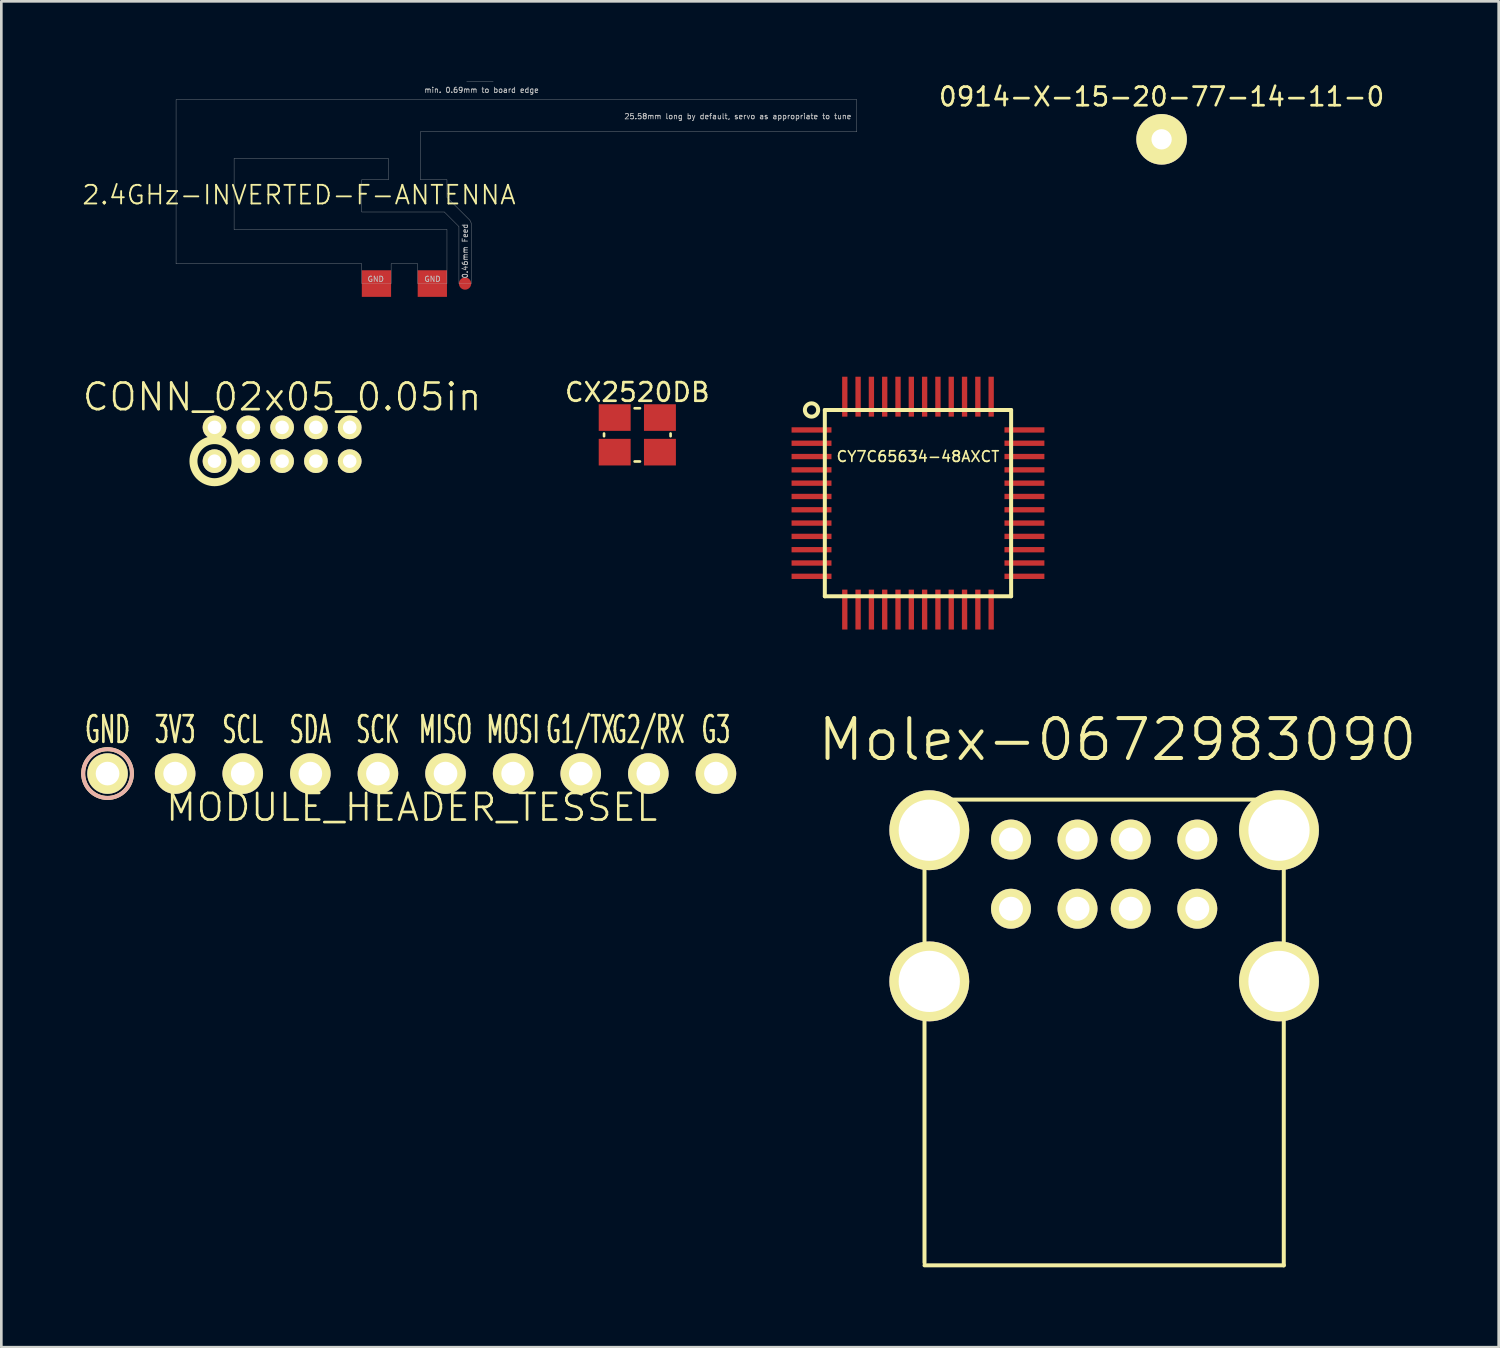
<source format=kicad_pcb>
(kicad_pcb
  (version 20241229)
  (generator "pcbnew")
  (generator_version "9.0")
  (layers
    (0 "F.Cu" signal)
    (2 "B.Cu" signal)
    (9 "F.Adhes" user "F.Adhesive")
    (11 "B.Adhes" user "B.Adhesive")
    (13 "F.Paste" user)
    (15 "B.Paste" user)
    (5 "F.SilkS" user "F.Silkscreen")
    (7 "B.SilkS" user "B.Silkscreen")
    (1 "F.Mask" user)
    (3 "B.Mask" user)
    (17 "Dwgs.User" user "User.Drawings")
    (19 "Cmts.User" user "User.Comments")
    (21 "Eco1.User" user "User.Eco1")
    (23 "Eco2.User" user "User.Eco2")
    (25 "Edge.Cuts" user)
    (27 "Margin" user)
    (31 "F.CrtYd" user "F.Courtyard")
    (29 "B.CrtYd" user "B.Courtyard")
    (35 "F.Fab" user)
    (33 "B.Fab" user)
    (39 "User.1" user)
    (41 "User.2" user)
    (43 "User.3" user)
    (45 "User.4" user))
  (footprint "CY7C65634-48AXCT"
    (layer "F.Cu")
    (at 31.443 15.855)
    (property "Reference" "CY7C65634-48AXCT" (at 0 -1.75 0) (layer "F.SilkS") (effects (font (size 0.4 0.4) (thickness 0.062))))
    (attr through_hole)
    (fp_line (start -3.5 -3.5) (end -3.5 3.5) (stroke (width 0.15) (type solid)) (layer "F.SilkS"))
    (fp_line (start -3.5 3.5) (end 3.5 3.5) (stroke (width 0.15) (type solid)) (layer "F.SilkS"))
    (fp_line (start 3.5 -3.5) (end -3.5 -3.5) (stroke (width 0.15) (type solid)) (layer "F.SilkS"))
    (fp_line (start 3.5 3.5) (end 3.5 -3.5) (stroke (width 0.15) (type solid)) (layer "F.SilkS"))
    (fp_circle (center -4 -3.5) (end -4 -3.25) (stroke (width 0.15) (type solid)) (fill no) (layer "F.SilkS"))
    (pad "1" smd rect (at -4 -2.75) (size 1.5 0.2) (layers "F.Cu" "F.Mask" "F.Paste"))
    (pad "2" smd rect (at -4 -2.25) (size 1.5 0.2) (layers "F.Cu" "F.Mask" "F.Paste"))
    (pad "3" smd rect (at -4 -1.75) (size 1.5 0.2) (layers "F.Cu" "F.Mask" "F.Paste"))
    (pad "4" smd rect (at -4 -1.25) (size 1.5 0.2) (layers "F.Cu" "F.Mask" "F.Paste"))
    (pad "5" smd rect (at -4 -0.75) (size 1.5 0.2) (layers "F.Cu" "F.Mask" "F.Paste"))
    (pad "6" smd rect (at -4 -0.25) (size 1.5 0.2) (layers "F.Cu" "F.Mask" "F.Paste"))
    (pad "7" smd rect (at -4 0.25) (size 1.5 0.2) (layers "F.Cu" "F.Mask" "F.Paste"))
    (pad "8" smd rect (at -4 0.75) (size 1.5 0.2) (layers "F.Cu" "F.Mask" "F.Paste"))
    (pad "9" smd rect (at -4 1.25) (size 1.5 0.2) (layers "F.Cu" "F.Mask" "F.Paste"))
    (pad "10" smd rect (at -4 1.75) (size 1.5 0.2) (layers "F.Cu" "F.Mask" "F.Paste"))
    (pad "11" smd rect (at -4 2.25) (size 1.5 0.2) (layers "F.Cu" "F.Mask" "F.Paste"))
    (pad "12" smd rect (at -4 2.75) (size 1.5 0.2) (layers "F.Cu" "F.Mask" "F.Paste"))
    (pad "13" smd rect (at -2.75 4) (size 0.2 1.5) (layers "F.Cu" "F.Mask" "F.Paste"))
    (pad "14" smd rect (at -2.25 4) (size 0.2 1.5) (layers "F.Cu" "F.Mask" "F.Paste"))
    (pad "15" smd rect (at -1.75 4) (size 0.2 1.5) (layers "F.Cu" "F.Mask" "F.Paste"))
    (pad "16" smd rect (at -1.25 4) (size 0.2 1.5) (layers "F.Cu" "F.Mask" "F.Paste"))
    (pad "17" smd rect (at -0.75 4) (size 0.2 1.5) (layers "F.Cu" "F.Mask" "F.Paste"))
    (pad "18" smd rect (at -0.25 4) (size 0.2 1.5) (layers "F.Cu" "F.Mask" "F.Paste"))
    (pad "19" smd rect (at 0.25 4) (size 0.2 1.5) (layers "F.Cu" "F.Mask" "F.Paste"))
    (pad "20" smd rect (at 0.75 4) (size 0.2 1.5) (layers "F.Cu" "F.Mask" "F.Paste"))
    (pad "21" smd rect (at 1.25 4) (size 0.2 1.5) (layers "F.Cu" "F.Mask" "F.Paste"))
    (pad "22" smd rect (at 1.75 4) (size 0.2 1.5) (layers "F.Cu" "F.Mask" "F.Paste"))
    (pad "23" smd rect (at 2.25 4) (size 0.2 1.5) (layers "F.Cu" "F.Mask" "F.Paste"))
    (pad "24" smd rect (at 2.75 4) (size 0.2 1.5) (layers "F.Cu" "F.Mask" "F.Paste"))
    (pad "25" smd rect (at 4 2.75) (size 1.5 0.2) (layers "F.Cu" "F.Mask" "F.Paste"))
    (pad "26" smd rect (at 4 2.25) (size 1.5 0.2) (layers "F.Cu" "F.Mask" "F.Paste"))
    (pad "27" smd rect (at 4 1.75) (size 1.5 0.2) (layers "F.Cu" "F.Mask" "F.Paste"))
    (pad "28" smd rect (at 4 1.25) (size 1.5 0.2) (layers "F.Cu" "F.Mask" "F.Paste"))
    (pad "29" smd rect (at 4 0.75) (size 1.5 0.2) (layers "F.Cu" "F.Mask" "F.Paste"))
    (pad "30" smd rect (at 4 0.25) (size 1.5 0.2) (layers "F.Cu" "F.Mask" "F.Paste"))
    (pad "31" smd rect (at 4 -0.25) (size 1.5 0.2) (layers "F.Cu" "F.Mask" "F.Paste"))
    (pad "32" smd rect (at 4 -0.75) (size 1.5 0.2) (layers "F.Cu" "F.Mask" "F.Paste"))
    (pad "33" smd rect (at 4 -1.25) (size 1.5 0.2) (layers "F.Cu" "F.Mask" "F.Paste"))
    (pad "34" smd rect (at 4 -1.75) (size 1.5 0.2) (layers "F.Cu" "F.Mask" "F.Paste"))
    (pad "35" smd rect (at 4 -2.25) (size 1.5 0.2) (layers "F.Cu" "F.Mask" "F.Paste"))
    (pad "36" smd rect (at 4 -2.75) (size 1.5 0.2) (layers "F.Cu" "F.Mask" "F.Paste"))
    (pad "37" smd rect (at 2.75 -4) (size 0.2 1.5) (layers "F.Cu" "F.Mask" "F.Paste"))
    (pad "38" smd rect (at 2.25 -4) (size 0.2 1.5) (layers "F.Cu" "F.Mask" "F.Paste"))
    (pad "39" smd rect (at 1.75 -4) (size 0.2 1.5) (layers "F.Cu" "F.Mask" "F.Paste"))
    (pad "40" smd rect (at 1.25 -4) (size 0.2 1.5) (layers "F.Cu" "F.Mask" "F.Paste"))
    (pad "41" smd rect (at 0.75 -4) (size 0.2 1.5) (layers "F.Cu" "F.Mask" "F.Paste"))
    (pad "42" smd rect (at 0.25 -4) (size 0.2 1.5) (layers "F.Cu" "F.Mask" "F.Paste"))
    (pad "43" smd rect (at -0.25 -4) (size 0.2 1.5) (layers "F.Cu" "F.Mask" "F.Paste"))
    (pad "44" smd rect (at -0.75 -4) (size 0.2 1.5) (layers "F.Cu" "F.Mask" "F.Paste"))
    (pad "45" smd rect (at -1.25 -4) (size 0.2 1.5) (layers "F.Cu" "F.Mask" "F.Paste"))
    (pad "46" smd rect (at -1.75 -4) (size 0.2 1.5) (layers "F.Cu" "F.Mask" "F.Paste"))
    (pad "47" smd rect (at -2.25 -4) (size 0.2 1.5) (layers "F.Cu" "F.Mask" "F.Paste"))
    (pad "48" smd rect (at -2.75 -4) (size 0.2 1.5) (layers "F.Cu" "F.Mask" "F.Paste")))
  (footprint "MODULE_HEADER_TESSEL"
    (layer "F.Cu")
    (at 12.421 26.017)
    (property "Reference" "MODULE_HEADER_TESSEL" (at 0 1.27 0) (layer "F.SilkS") (effects (font (size 1 1) (thickness 0.1))))
    (attr through_hole)
    (fp_circle (center -11.43 0) (end -10.668 -0.508) (stroke (width 0.15) (type solid)) (fill no) (layer "F.SilkS"))
    (fp_circle (center -11.43 0) (end -10.668 -0.508) (stroke (width 0.15) (type solid)) (fill no) (layer "B.SilkS"))
    (fp_text user "G1/TX" (at 6.35 -1.651 0) (layer "F.SilkS") (effects (font (size 1 0.55) (thickness 0.1))))
    (fp_text user "G3" (at 11.43 -1.651 0) (layer "F.SilkS") (effects (font (size 1 0.55) (thickness 0.1))))
    (fp_text user "SCL" (at -6.35 -1.651 0) (layer "F.SilkS") (effects (font (size 1 0.55) (thickness 0.1))))
    (fp_text user "3V3" (at -8.89 -1.651 0) (layer "F.SilkS") (effects (font (size 1 0.55) (thickness 0.1))))
    (fp_text user "MOSI" (at 3.81 -1.651 0) (layer "F.SilkS") (effects (font (size 1 0.55) (thickness 0.1))))
    (fp_text user "G2/RX" (at 8.89 -1.651 0) (layer "F.SilkS") (effects (font (size 1 0.55) (thickness 0.1))))
    (fp_text user "SDA" (at -3.81 -1.651 0) (layer "F.SilkS") (effects (font (size 1 0.55) (thickness 0.1))))
    (fp_text user "SCK" (at -1.27 -1.651 0) (layer "F.SilkS") (effects (font (size 1 0.55) (thickness 0.1))))
    (fp_text user "MISO" (at 1.27 -1.651 0) (layer "F.SilkS") (effects (font (size 1 0.55) (thickness 0.1))))
    (fp_text user "GND" (at -11.43 -1.651 0) (layer "F.SilkS") (effects (font (size 1 0.55) (thickness 0.1))))
    (pad "1" thru_hole circle (at -11.43 0) (size 1.524 1.524) (drill 0.889) (layers "*.Cu" "*.Mask" "F.SilkS"))
    (pad "2" thru_hole circle (at -8.89 0) (size 1.524 1.524) (drill 0.889) (layers "*.Cu" "*.Mask" "F.SilkS"))
    (pad "3" thru_hole circle (at -6.35 0) (size 1.524 1.524) (drill 0.889) (layers "*.Cu" "*.Mask" "F.SilkS"))
    (pad "4" thru_hole circle (at -3.81 0) (size 1.524 1.524) (drill 0.889) (layers "*.Cu" "*.Mask" "F.SilkS"))
    (pad "5" thru_hole circle (at -1.27 0) (size 1.524 1.524) (drill 0.889) (layers "*.Cu" "*.Mask" "F.SilkS"))
    (pad "6" thru_hole circle (at 1.27 0) (size 1.524 1.524) (drill 0.889) (layers "*.Cu" "*.Mask" "F.SilkS"))
    (pad "7" thru_hole circle (at 3.81 0) (size 1.524 1.524) (drill 0.889) (layers "*.Cu" "*.Mask" "F.SilkS"))
    (pad "8" thru_hole circle (at 6.35 0) (size 1.524 1.524) (drill 0.889) (layers "*.Cu" "*.Mask" "F.SilkS"))
    (pad "9" thru_hole circle (at 8.89 0) (size 1.524 1.524) (drill 0.889) (layers "*.Cu" "*.Mask" "F.SilkS"))
    (pad "10" thru_hole circle (at 11.43 0) (size 1.524 1.524) (drill 0.889) (layers "*.Cu" "*.Mask" "F.SilkS")))
  (footprint "0914-X-15-20-77-14-11-0"
    (layer "F.Cu")
    (at 40.597 2.185)
    (property "Reference" "0914-X-15-20-77-14-11-0" (at 0 -1.6 0) (layer "F.SilkS") (effects (font (size 0.7 0.7) (thickness 0.1))))
    (attr through_hole)
    (pad "1" thru_hole circle (at 0 0) (size 1.9 1.9) (drill 0.762) (layers "*.Cu" "*.Mask" "F.SilkS")))
  (footprint "Molex-0672983090"
    (layer "F.Cu")
    (at 38.438 28.496)
    (property "Reference" "Molex-0672983090" (at 0.5 -3.75 0) (layer "F.SilkS") (effects (font (size 1.5 1.5) (thickness 0.15))))
    (attr through_hole)
    (fp_line (start -6.75 -1.5) (end -6.75 15.9) (stroke (width 0.15) (type solid)) (layer "F.SilkS"))
    (fp_line (start -6.75 -1.5) (end 6.75 -1.5) (stroke (width 0.15) (type solid)) (layer "F.SilkS"))
    (fp_line (start -6.75 16) (end 6.75 16) (stroke (width 0.15) (type solid)) (layer "F.SilkS"))
    (fp_line (start 6.75 -1.5) (end 6.75 16) (stroke (width 0.15) (type solid)) (layer "F.SilkS"))
    (pad "1" thru_hole circle (at -3.5 0) (size 1.5 1.5) (drill 0.9) (layers "*.Cu" "*.Mask" "F.SilkS"))
    (pad "2" thru_hole circle (at -1 0) (size 1.5 1.5) (drill 0.9) (layers "*.Cu" "*.Mask" "F.SilkS"))
    (pad "3" thru_hole circle (at 1 0) (size 1.5 1.5) (drill 0.9) (layers "*.Cu" "*.Mask" "F.SilkS"))
    (pad "4" thru_hole circle (at 3.5 0) (size 1.5 1.5) (drill 0.9) (layers "*.Cu" "*.Mask" "F.SilkS"))
    (pad "5" thru_hole circle (at -3.5 2.6) (size 1.5 1.5) (drill 0.9) (layers "*.Cu" "*.Mask" "F.SilkS"))
    (pad "6" thru_hole circle (at -1 2.6) (size 1.5 1.5) (drill 0.9) (layers "*.Cu" "*.Mask" "F.SilkS"))
    (pad "7" thru_hole circle (at 1 2.6) (size 1.5 1.5) (drill 0.9) (layers "*.Cu" "*.Mask" "F.SilkS"))
    (pad "8" thru_hole circle (at 3.5 2.6) (size 1.5 1.5) (drill 0.9) (layers "*.Cu" "*.Mask" "F.SilkS"))
    (pad "9" thru_hole circle (at -6.57 -0.35) (size 3 3) (drill 2.3) (layers "*.Cu" "*.Mask" "F.SilkS"))
    (pad "10" thru_hole circle (at -6.57 5.33) (size 3 3) (drill 2.3) (layers "*.Cu" "*.Mask" "F.SilkS"))
    (pad "11" thru_hole circle (at 6.57 -0.35) (size 3 3) (drill 2.3) (layers "*.Cu" "*.Mask" "F.SilkS"))
    (pad "12" thru_hole circle (at 6.57 5.33) (size 3 3) (drill 2.3) (layers "*.Cu" "*.Mask" "F.SilkS")))
  (footprint "CX2520DB"
    (layer "F.Cu")
    (at 20.897 13.29)
    (property "Reference" "CX2520DB" (at 0 -1.6 0) (layer "F.SilkS") (effects (font (size 0.7 0.7) (thickness 0.1))))
    (attr through_hole)
    (fp_line (start -1.25 -0.05) (end -1.25 0.05) (stroke (width 0.1) (type solid)) (layer "F.SilkS"))
    (fp_line (start -0.1 1) (end 0.1 1) (stroke (width 0.1) (type solid)) (layer "F.SilkS"))
    (fp_line (start 0.1 -1) (end -0.1 -1) (stroke (width 0.1) (type solid)) (layer "F.SilkS"))
    (fp_line (start 1.25 -0.05) (end 1.25 0.05) (stroke (width 0.1) (type solid)) (layer "F.SilkS"))
    (pad "1" smd rect (at -0.85 0.65) (size 1.2 1) (layers "F.Cu" "F.Mask" "F.Paste"))
    (pad "2" smd rect (at 0.85 0.65) (size 1.2 1) (layers "F.Cu" "F.Mask" "F.Paste"))
    (pad "3" smd rect (at 0.85 -0.65) (size 1.2 1) (layers "F.Cu" "F.Mask" "F.Paste"))
    (pad "4" smd rect (at -0.85 -0.65) (size 1.2 1) (layers "F.Cu" "F.Mask" "F.Paste")))
  (footprint "2.4GHz-INVERTED-F-ANTENNA"
    (layer "F.Cu")
    (at 14.425 7.605)
    (property "Reference" "2.4GHz-INVERTED-F-ANTENNA" (at -6.24 -3.33 0) (layer "F.SilkS") (effects (font (size 0.7 0.7) (thickness 0.07))))
    (attr through_hole)
    (fp_line (start -10.86 -6.91) (end -10.86 -0.74) (stroke (width 0.01) (type solid)) (layer "Dwgs.User"))
    (fp_line (start -10.86 -0.74) (end -3.88 -0.74) (stroke (width 0.01) (type solid)) (layer "Dwgs.User"))
    (fp_line (start -8.68 -4.7) (end -2.88 -4.7) (stroke (width 0.01) (type solid)) (layer "Dwgs.User"))
    (fp_line (start -8.68 -2.03) (end -8.68 -4.7) (stroke (width 0.01) (type solid)) (layer "Dwgs.User"))
    (fp_line (start -3.88 -3.9) (end -3.88 -2.69) (stroke (width 0.01) (type solid)) (layer "Dwgs.User"))
    (fp_line (start -3.88 -2.69) (end -0.78 -2.69) (stroke (width 0.01) (type solid)) (layer "Dwgs.User"))
    (fp_line (start -3.88 -0.74) (end -3.88 0) (stroke (width 0.01) (type solid)) (layer "Dwgs.User"))
    (fp_line (start -3.88 0) (end -2.78 0) (stroke (width 0.01) (type solid)) (layer "Dwgs.User"))
    (fp_line (start -2.88 -4.7) (end -2.88 -3.9) (stroke (width 0.01) (type solid)) (layer "Dwgs.User"))
    (fp_line (start -2.88 -3.9) (end -3.88 -3.9) (stroke (width 0.01) (type solid)) (layer "Dwgs.User"))
    (fp_line (start -2.78 -0.74) (end -2.78 0) (stroke (width 0.01) (type solid)) (layer "Dwgs.User"))
    (fp_line (start -2.78 -0.74) (end -1.78 -0.74) (stroke (width 0.01) (type solid)) (layer "Dwgs.User"))
    (fp_line (start -1.78 -0.74) (end -1.78 0) (stroke (width 0.01) (type solid)) (layer "Dwgs.User"))
    (fp_line (start -1.78 0) (end -0.68 0) (stroke (width 0.01) (type solid)) (layer "Dwgs.User"))
    (fp_line (start -1.68 -5.7) (end 14.72 -5.7) (stroke (width 0.01) (type solid)) (layer "Dwgs.User"))
    (fp_line (start -1.68 -3.9) (end -1.68 -5.7) (stroke (width 0.01) (type solid)) (layer "Dwgs.User"))
    (fp_line (start -0.78 -2.69) (end -0.23 -2.14) (stroke (width 0.01) (type solid)) (layer "Dwgs.User"))
    (fp_line (start -0.68 -3.9) (end -1.68 -3.9) (stroke (width 0.01) (type solid)) (layer "Dwgs.User"))
    (fp_line (start -0.68 -3.24) (end -0.68 -3.9) (stroke (width 0.01) (type solid)) (layer "Dwgs.User"))
    (fp_line (start -0.68 -2.03) (end -8.68 -2.03) (stroke (width 0.01) (type solid)) (layer "Dwgs.User"))
    (fp_line (start -0.68 0) (end -0.68 -2.03) (stroke (width 0.01) (type solid)) (layer "Dwgs.User"))
    (fp_line (start -0.23 0) (end -0.23 -2.14) (stroke (width 0.01) (type solid)) (layer "Dwgs.User"))
    (fp_line (start 0.18 -2.38) (end -0.68 -3.24) (stroke (width 0.01) (type solid)) (layer "Dwgs.User"))
    (fp_line (start 0.22 -2.31) (end 0.18 -2.38) (stroke (width 0.01) (type solid)) (layer "Dwgs.User"))
    (fp_line (start 0.23 -2.24) (end 0.22 -2.31) (stroke (width 0.01) (type solid)) (layer "Dwgs.User"))
    (fp_line (start 0.23 0) (end -0.23 0) (stroke (width 0.01) (type solid)) (layer "Dwgs.User"))
    (fp_line (start 0.23 0) (end 0.23 -2.24) (stroke (width 0.01) (type solid)) (layer "Dwgs.User"))
    (fp_line (start 1.06 -7.6) (end 0.06 -7.6) (stroke (width 0.01) (type solid)) (layer "Dwgs.User"))
    (fp_line (start 14.72 -6.91) (end -10.86 -6.91) (stroke (width 0.01) (type solid)) (layer "Dwgs.User"))
    (fp_line (start 14.72 -5.7) (end 14.72 -6.91) (stroke (width 0.01) (type solid)) (layer "Dwgs.User"))
    (fp_text user "25.58mm long by default, servo as appropriate to tune" (at 10.25 -6.28 0) (layer "Dwgs.User") (effects (font (size 0.2 0.2) (thickness 0.03))))
    (fp_text user "GND          GND" (at -2.29 -0.17 0) (layer "Dwgs.User") (effects (font (size 0.2 0.2) (thickness 0.03))))
    (fp_text user "min. 0.69mm to board edge" (at 0.62 -7.27 0) (layer "Dwgs.User") (effects (font (size 0.2 0.2) (thickness 0.03))))
    (fp_text user "0.46mm Feed" (at 0 -1.22 90) (layer "Dwgs.User") (effects (font (size 0.2 0.2) (thickness 0.03))))
    (pad "1" smd circle (at 0 0) (size 0.46 0.46) (layers "F.Cu" "F.Mask"))
    (pad "2" smd rect (at -3.33 0) (size 1.1 1) (layers "F.Cu"))
    (pad "2" smd rect (at -1.23 0) (size 1.1 1) (layers "F.Cu")))
  (footprint "CONN_02x05_0.05in"
    (layer "F.Cu")
    (at 7.55 13.643)
    (property "Reference" "CONN_02x05_0.05in" (at 0 -1.778 0) (layer "F.SilkS") (effects (font (size 1 1) (thickness 0.1))))
    (attr through_hole)
    (fp_circle (center -2.54 0.635) (end -1.75 0.6) (stroke (width 0.3) (type solid)) (fill no) (layer "F.SilkS"))
    (pad "1" thru_hole circle (at -2.54 0.635 90) (size 0.889 0.889) (drill 0.508) (layers "*.Cu" "*.Mask" "F.SilkS"))
    (pad "2" thru_hole circle (at -2.54 -0.635 90) (size 0.889 0.889) (drill 0.508) (layers "*.Cu" "*.Mask" "F.SilkS"))
    (pad "3" thru_hole circle (at -1.27 0.635 90) (size 0.889 0.889) (drill 0.508) (layers "*.Cu" "*.Mask" "F.SilkS"))
    (pad "4" thru_hole circle (at -1.27 -0.635 90) (size 0.889 0.889) (drill 0.508) (layers "*.Cu" "*.Mask" "F.SilkS"))
    (pad "5" thru_hole circle (at 0 0.635 90) (size 0.889 0.889) (drill 0.508) (layers "*.Cu" "*.Mask" "F.SilkS"))
    (pad "6" thru_hole circle (at 0 -0.635 90) (size 0.889 0.889) (drill 0.508) (layers "*.Cu" "*.Mask" "F.SilkS"))
    (pad "7" thru_hole circle (at 1.27 0.635 90) (size 0.889 0.889) (drill 0.508) (layers "*.Cu" "*.Mask" "F.SilkS"))
    (pad "8" thru_hole circle (at 1.27 -0.635 90) (size 0.889 0.889) (drill 0.508) (layers "*.Cu" "*.Mask" "F.SilkS"))
    (pad "9" thru_hole circle (at 2.54 0.635 90) (size 0.889 0.889) (drill 0.508) (layers "*.Cu" "*.Mask" "F.SilkS"))
    (pad "10" thru_hole circle (at 2.54 -0.635 90) (size 0.889 0.889) (drill 0.508) (layers "*.Cu" "*.Mask" "F.SilkS")))
  (gr_rect
    (start -3 -3)
    (end 53.263 47.571)
    (stroke (width 0.1) (type default))
    (fill no)
    (layer "Edge.Cuts")))
</source>
